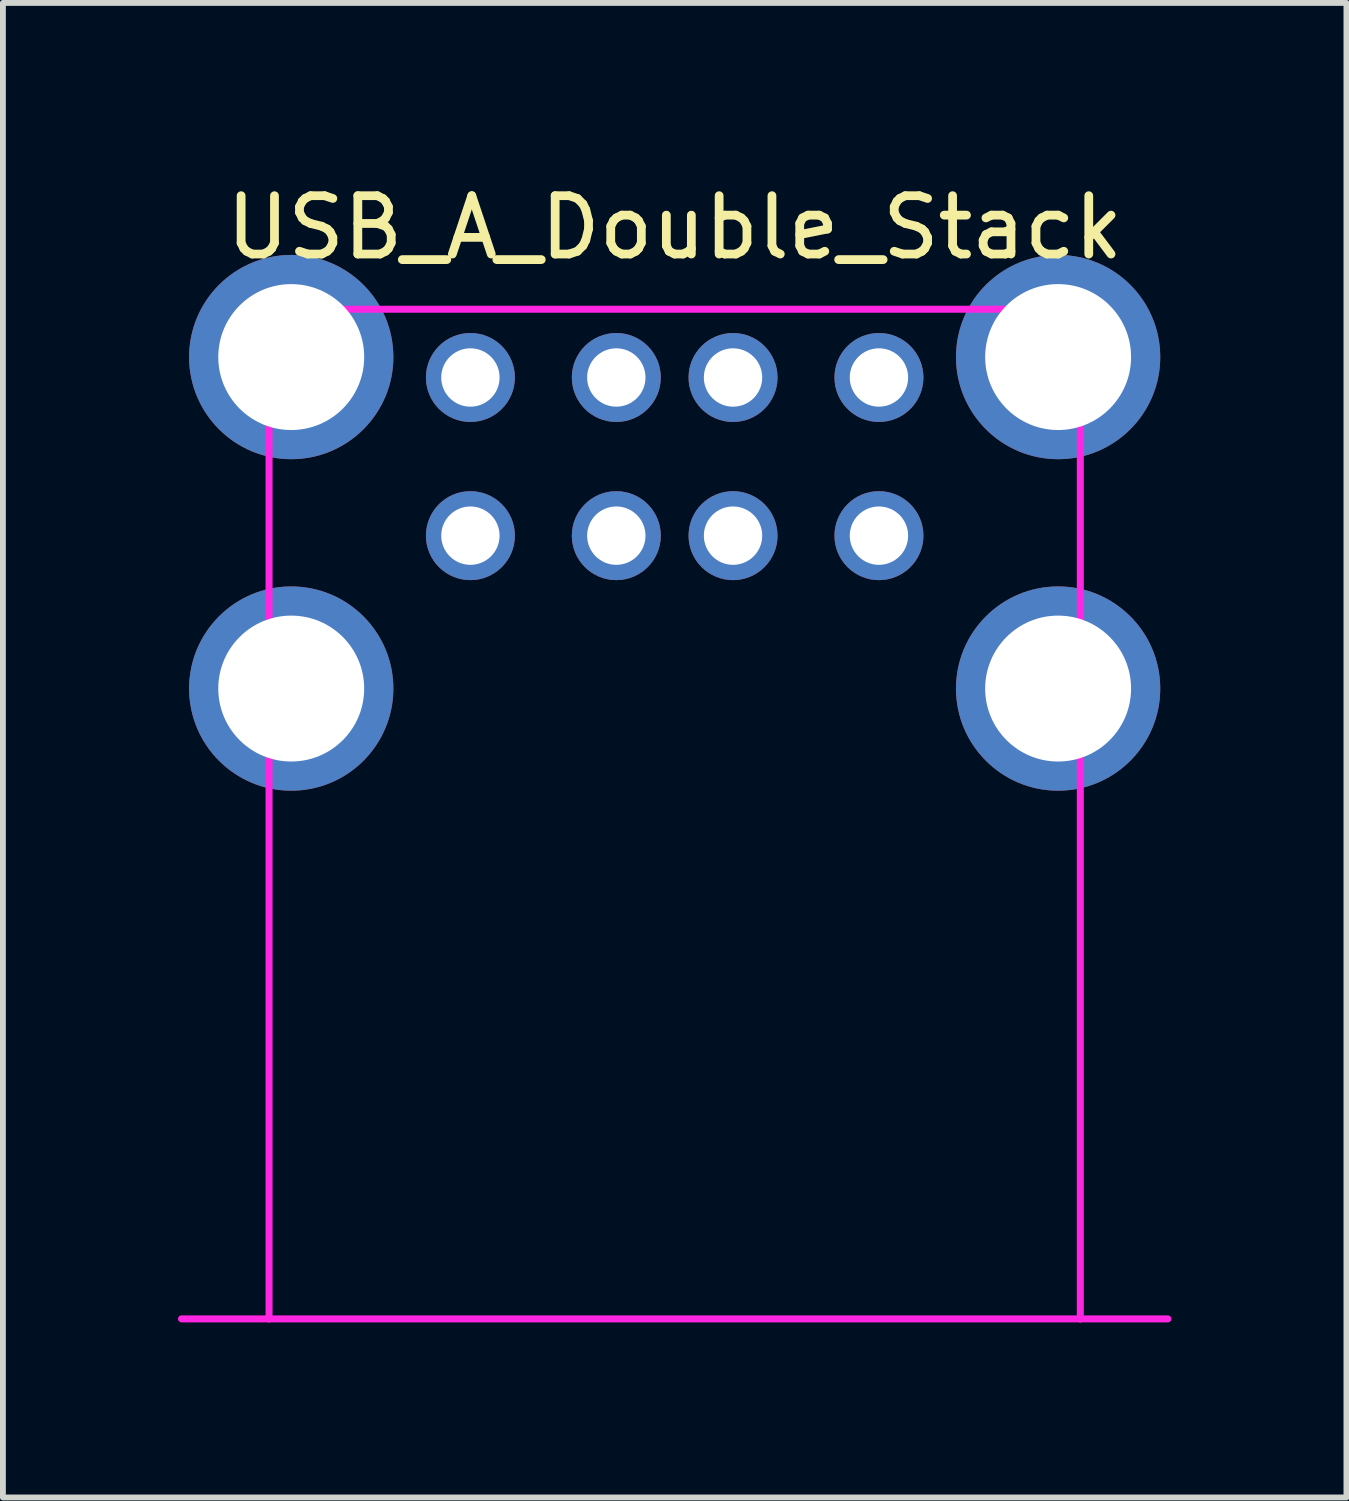
<source format=kicad_pcb>
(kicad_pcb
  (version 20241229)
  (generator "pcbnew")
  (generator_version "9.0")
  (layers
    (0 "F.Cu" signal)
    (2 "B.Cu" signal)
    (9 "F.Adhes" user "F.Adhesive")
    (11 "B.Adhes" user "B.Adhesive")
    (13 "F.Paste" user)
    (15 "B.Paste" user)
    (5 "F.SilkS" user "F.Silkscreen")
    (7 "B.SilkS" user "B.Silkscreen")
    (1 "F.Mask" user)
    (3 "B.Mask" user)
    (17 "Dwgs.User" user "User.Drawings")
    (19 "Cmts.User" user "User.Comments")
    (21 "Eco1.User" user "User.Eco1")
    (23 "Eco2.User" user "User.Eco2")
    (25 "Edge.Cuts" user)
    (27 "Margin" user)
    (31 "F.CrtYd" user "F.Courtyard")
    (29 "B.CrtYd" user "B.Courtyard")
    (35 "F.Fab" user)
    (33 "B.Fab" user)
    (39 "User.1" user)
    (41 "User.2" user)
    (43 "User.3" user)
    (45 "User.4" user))
  (footprint "USB_A_Double_Stack"
    (layer "F.Cu")
    (at 8.51 8.748)
    (property "Reference" "USB_A_Double_Stack" (at 0 -7.9 0) (layer "F.SilkS") (effects (font (size 1 1) (thickness 0.15))))
    (attr through_hole)
    (fp_line (start -6.95 -6.5) (end 6.95 -6.5) (stroke (width 0.12) (type solid)) (layer "F.CrtYd"))
    (fp_line (start -6.95 10.8) (end -8.45 10.8) (stroke (width 0.12) (type solid)) (layer "F.CrtYd"))
    (fp_line (start -6.95 10.8) (end -6.95 -6.5) (stroke (width 0.12) (type solid)) (layer "F.CrtYd"))
    (fp_line (start 6.95 -6.5) (end 6.95 10.8) (stroke (width 0.12) (type solid)) (layer "F.CrtYd"))
    (fp_line (start 6.95 10.8) (end -6.95 10.8) (stroke (width 0.12) (type solid)) (layer "F.CrtYd"))
    (fp_line (start 6.95 10.8) (end 8.45 10.8) (stroke (width 0.12) (type solid)) (layer "F.CrtYd"))
    (pad "1" thru_hole circle (at -3.5 -5.33) (size 1.524 1.524) (drill 1) (layers "*.Cu" "*.Mask"))
    (pad "2" thru_hole circle (at -1 -5.33) (size 1.524 1.524) (drill 1) (layers "*.Cu" "*.Mask"))
    (pad "3" thru_hole circle (at 1 -5.33) (size 1.524 1.524) (drill 1) (layers "*.Cu" "*.Mask"))
    (pad "4" thru_hole circle (at 3.5 -5.33) (size 1.524 1.524) (drill 1) (layers "*.Cu" "*.Mask"))
    (pad "5" thru_hole circle (at -3.5 -2.62) (size 1.524 1.524) (drill 1) (layers "*.Cu" "*.Mask"))
    (pad "6" thru_hole circle (at -1 -2.62) (size 1.524 1.524) (drill 1) (layers "*.Cu" "*.Mask"))
    (pad "7" thru_hole circle (at 1 -2.62) (size 1.524 1.524) (drill 1) (layers "*.Cu" "*.Mask"))
    (pad "8" thru_hole circle (at 3.5 -2.62) (size 1.524 1.524) (drill 1) (layers "*.Cu" "*.Mask"))
    (pad "9" thru_hole circle (at -6.57 -5.68) (size 3.5 3.5) (drill 2.5) (layers "*.Cu" "*.Mask"))
    (pad "9" thru_hole circle (at -6.57 0) (size 3.5 3.5) (drill 2.5) (layers "*.Cu" "*.Mask"))
    (pad "9" thru_hole circle (at 6.57 -5.68) (size 3.5 3.5) (drill 2.5) (layers "*.Cu" "*.Mask"))
    (pad "9" thru_hole circle (at 6.57 0) (size 3.5 3.5) (drill 2.5) (layers "*.Cu" "*.Mask")))
  (gr_rect
    (start -3 -3)
    (end 20.02 22.608)
    (stroke (width 0.1) (type default))
    (fill no)
    (layer "Edge.Cuts")))
</source>
